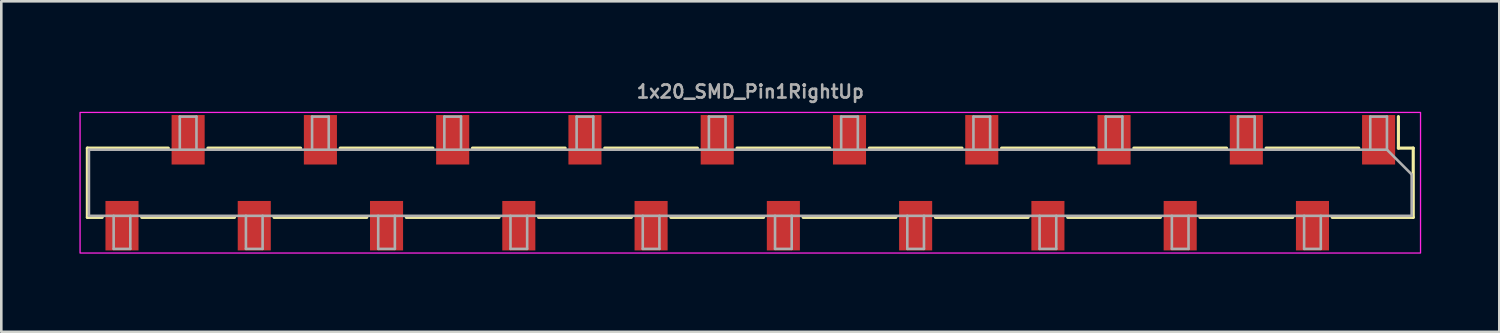
<source format=kicad_pcb>
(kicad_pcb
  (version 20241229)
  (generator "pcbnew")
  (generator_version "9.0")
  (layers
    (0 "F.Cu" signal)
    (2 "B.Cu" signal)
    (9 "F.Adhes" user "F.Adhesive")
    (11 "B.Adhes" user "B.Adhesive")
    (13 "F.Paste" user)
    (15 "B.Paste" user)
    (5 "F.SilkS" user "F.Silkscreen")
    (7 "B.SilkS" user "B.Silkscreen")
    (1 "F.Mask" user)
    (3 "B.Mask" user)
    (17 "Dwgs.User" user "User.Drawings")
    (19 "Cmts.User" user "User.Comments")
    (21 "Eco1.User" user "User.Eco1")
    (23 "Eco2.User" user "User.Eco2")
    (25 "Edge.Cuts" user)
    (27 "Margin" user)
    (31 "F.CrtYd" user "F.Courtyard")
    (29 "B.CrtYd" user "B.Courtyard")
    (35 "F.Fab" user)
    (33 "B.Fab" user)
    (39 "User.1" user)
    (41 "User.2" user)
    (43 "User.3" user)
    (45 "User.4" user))
  (footprint "1x20_SMD_Pin1RightUp"
    (layer "F.Cu")
    (at 25.765 3.968)
    (property "Reference" "1x20_SMD_Pin1RightUp" (at 0 -3.5 0) (layer "F.Fab") (effects (font (size 0.5 0.5) (thickness 0.1))))
    (attr smd)
    (fp_line (start -25.46 1.33) (end -25.46 -1.33) (stroke (width 0.12) (type solid)) (layer "F.SilkS"))
    (fp_line (start -24.89 1.33) (end -25.46 1.33) (stroke (width 0.12) (type solid)) (layer "F.SilkS"))
    (fp_line (start -22.35 -1.33) (end -25.46 -1.33) (stroke (width 0.12) (type solid)) (layer "F.SilkS"))
    (fp_line (start -19.81 1.33) (end -23.37 1.33) (stroke (width 0.12) (type solid)) (layer "F.SilkS"))
    (fp_line (start -17.27 -1.33) (end -20.83 -1.33) (stroke (width 0.12) (type solid)) (layer "F.SilkS"))
    (fp_line (start -14.73 1.33) (end -18.29 1.33) (stroke (width 0.12) (type solid)) (layer "F.SilkS"))
    (fp_line (start -12.19 -1.33) (end -15.75 -1.33) (stroke (width 0.12) (type solid)) (layer "F.SilkS"))
    (fp_line (start -9.65 1.33) (end -13.21 1.33) (stroke (width 0.12) (type solid)) (layer "F.SilkS"))
    (fp_line (start -7.11 -1.33) (end -10.67 -1.33) (stroke (width 0.12) (type solid)) (layer "F.SilkS"))
    (fp_line (start -4.57 1.33) (end -8.13 1.33) (stroke (width 0.12) (type solid)) (layer "F.SilkS"))
    (fp_line (start -2.03 -1.33) (end -5.59 -1.33) (stroke (width 0.12) (type solid)) (layer "F.SilkS"))
    (fp_line (start 0.51 1.33) (end -3.05 1.33) (stroke (width 0.12) (type solid)) (layer "F.SilkS"))
    (fp_line (start 3.05 -1.33) (end -0.51 -1.33) (stroke (width 0.12) (type solid)) (layer "F.SilkS"))
    (fp_line (start 5.59 1.33) (end 2.03 1.33) (stroke (width 0.12) (type solid)) (layer "F.SilkS"))
    (fp_line (start 8.13 -1.33) (end 4.57 -1.33) (stroke (width 0.12) (type solid)) (layer "F.SilkS"))
    (fp_line (start 10.67 1.33) (end 7.11 1.33) (stroke (width 0.12) (type solid)) (layer "F.SilkS"))
    (fp_line (start 13.21 -1.33) (end 9.65 -1.33) (stroke (width 0.12) (type solid)) (layer "F.SilkS"))
    (fp_line (start 15.75 1.33) (end 12.19 1.33) (stroke (width 0.12) (type solid)) (layer "F.SilkS"))
    (fp_line (start 18.29 -1.33) (end 14.73 -1.33) (stroke (width 0.12) (type solid)) (layer "F.SilkS"))
    (fp_line (start 20.83 1.33) (end 17.27 1.33) (stroke (width 0.12) (type solid)) (layer "F.SilkS"))
    (fp_line (start 23.37 -1.33) (end 19.81 -1.33) (stroke (width 0.12) (type solid)) (layer "F.SilkS"))
    (fp_line (start 24.89 -1.33) (end 24.89 -2.54) (stroke (width 0.12) (type solid)) (layer "F.SilkS"))
    (fp_line (start 25.46 -1.33) (end 24.89 -1.33) (stroke (width 0.12) (type solid)) (layer "F.SilkS"))
    (fp_line (start 25.46 1.33) (end 22.35 1.33) (stroke (width 0.12) (type solid)) (layer "F.SilkS"))
    (fp_line (start 25.46 1.33) (end 25.46 -1.33) (stroke (width 0.12) (type solid)) (layer "F.SilkS"))
    (fp_rect (start -25.74 -2.7) (end 25.74 2.7) (stroke (width 0.05) (type default)) (fill no) (layer "F.CrtYd"))
    (fp_line (start -25.4 -1.27) (end -25.4 1.27) (stroke (width 0.1) (type solid)) (layer "F.Fab"))
    (fp_line (start -25.4 -1.27) (end 24.45 -1.27) (stroke (width 0.1) (type solid)) (layer "F.Fab"))
    (fp_line (start -24.45 2.54) (end -24.45 1.27) (stroke (width 0.1) (type solid)) (layer "F.Fab"))
    (fp_line (start -23.81 1.27) (end -23.81 2.54) (stroke (width 0.1) (type solid)) (layer "F.Fab"))
    (fp_line (start -23.81 2.54) (end -24.45 2.54) (stroke (width 0.1) (type solid)) (layer "F.Fab"))
    (fp_line (start -21.91 -2.54) (end -21.91 -1.27) (stroke (width 0.1) (type solid)) (layer "F.Fab"))
    (fp_line (start -21.27 -2.54) (end -21.91 -2.54) (stroke (width 0.1) (type solid)) (layer "F.Fab"))
    (fp_line (start -21.27 -1.27) (end -21.27 -2.54) (stroke (width 0.1) (type solid)) (layer "F.Fab"))
    (fp_line (start -19.37 2.54) (end -19.37 1.27) (stroke (width 0.1) (type solid)) (layer "F.Fab"))
    (fp_line (start -18.73 1.27) (end -18.73 2.54) (stroke (width 0.1) (type solid)) (layer "F.Fab"))
    (fp_line (start -18.73 2.54) (end -19.37 2.54) (stroke (width 0.1) (type solid)) (layer "F.Fab"))
    (fp_line (start -16.83 -2.54) (end -16.83 -1.27) (stroke (width 0.1) (type solid)) (layer "F.Fab"))
    (fp_line (start -16.19 -2.54) (end -16.83 -2.54) (stroke (width 0.1) (type solid)) (layer "F.Fab"))
    (fp_line (start -16.19 -1.27) (end -16.19 -2.54) (stroke (width 0.1) (type solid)) (layer "F.Fab"))
    (fp_line (start -14.29 2.54) (end -14.29 1.27) (stroke (width 0.1) (type solid)) (layer "F.Fab"))
    (fp_line (start -13.65 1.27) (end -13.65 2.54) (stroke (width 0.1) (type solid)) (layer "F.Fab"))
    (fp_line (start -13.65 2.54) (end -14.29 2.54) (stroke (width 0.1) (type solid)) (layer "F.Fab"))
    (fp_line (start -11.75 -2.54) (end -11.75 -1.27) (stroke (width 0.1) (type solid)) (layer "F.Fab"))
    (fp_line (start -11.11 -2.54) (end -11.75 -2.54) (stroke (width 0.1) (type solid)) (layer "F.Fab"))
    (fp_line (start -11.11 -1.27) (end -11.11 -2.54) (stroke (width 0.1) (type solid)) (layer "F.Fab"))
    (fp_line (start -9.21 2.54) (end -9.21 1.27) (stroke (width 0.1) (type solid)) (layer "F.Fab"))
    (fp_line (start -8.57 1.27) (end -8.57 2.54) (stroke (width 0.1) (type solid)) (layer "F.Fab"))
    (fp_line (start -8.57 2.54) (end -9.21 2.54) (stroke (width 0.1) (type solid)) (layer "F.Fab"))
    (fp_line (start -6.67 -2.54) (end -6.67 -1.27) (stroke (width 0.1) (type solid)) (layer "F.Fab"))
    (fp_line (start -6.03 -2.54) (end -6.67 -2.54) (stroke (width 0.1) (type solid)) (layer "F.Fab"))
    (fp_line (start -6.03 -1.27) (end -6.03 -2.54) (stroke (width 0.1) (type solid)) (layer "F.Fab"))
    (fp_line (start -4.13 2.54) (end -4.13 1.27) (stroke (width 0.1) (type solid)) (layer "F.Fab"))
    (fp_line (start -3.49 1.27) (end -3.49 2.54) (stroke (width 0.1) (type solid)) (layer "F.Fab"))
    (fp_line (start -3.49 2.54) (end -4.13 2.54) (stroke (width 0.1) (type solid)) (layer "F.Fab"))
    (fp_line (start -1.59 -2.54) (end -1.59 -1.27) (stroke (width 0.1) (type solid)) (layer "F.Fab"))
    (fp_line (start -0.95 -2.54) (end -1.59 -2.54) (stroke (width 0.1) (type solid)) (layer "F.Fab"))
    (fp_line (start -0.95 -1.27) (end -0.95 -2.54) (stroke (width 0.1) (type solid)) (layer "F.Fab"))
    (fp_line (start 0.95 2.54) (end 0.95 1.27) (stroke (width 0.1) (type solid)) (layer "F.Fab"))
    (fp_line (start 1.59 1.27) (end 1.59 2.54) (stroke (width 0.1) (type solid)) (layer "F.Fab"))
    (fp_line (start 1.59 2.54) (end 0.95 2.54) (stroke (width 0.1) (type solid)) (layer "F.Fab"))
    (fp_line (start 3.49 -2.54) (end 3.49 -1.27) (stroke (width 0.1) (type solid)) (layer "F.Fab"))
    (fp_line (start 4.13 -2.54) (end 3.49 -2.54) (stroke (width 0.1) (type solid)) (layer "F.Fab"))
    (fp_line (start 4.13 -1.27) (end 4.13 -2.54) (stroke (width 0.1) (type solid)) (layer "F.Fab"))
    (fp_line (start 6.03 2.54) (end 6.03 1.27) (stroke (width 0.1) (type solid)) (layer "F.Fab"))
    (fp_line (start 6.67 1.27) (end 6.67 2.54) (stroke (width 0.1) (type solid)) (layer "F.Fab"))
    (fp_line (start 6.67 2.54) (end 6.03 2.54) (stroke (width 0.1) (type solid)) (layer "F.Fab"))
    (fp_line (start 8.57 -2.54) (end 8.57 -1.27) (stroke (width 0.1) (type solid)) (layer "F.Fab"))
    (fp_line (start 9.21 -2.54) (end 8.57 -2.54) (stroke (width 0.1) (type solid)) (layer "F.Fab"))
    (fp_line (start 9.21 -1.27) (end 9.21 -2.54) (stroke (width 0.1) (type solid)) (layer "F.Fab"))
    (fp_line (start 11.11 2.54) (end 11.11 1.27) (stroke (width 0.1) (type solid)) (layer "F.Fab"))
    (fp_line (start 11.75 1.27) (end 11.75 2.54) (stroke (width 0.1) (type solid)) (layer "F.Fab"))
    (fp_line (start 11.75 2.54) (end 11.11 2.54) (stroke (width 0.1) (type solid)) (layer "F.Fab"))
    (fp_line (start 13.65 -2.54) (end 13.65 -1.27) (stroke (width 0.1) (type solid)) (layer "F.Fab"))
    (fp_line (start 14.29 -2.54) (end 13.65 -2.54) (stroke (width 0.1) (type solid)) (layer "F.Fab"))
    (fp_line (start 14.29 -1.27) (end 14.29 -2.54) (stroke (width 0.1) (type solid)) (layer "F.Fab"))
    (fp_line (start 16.19 2.54) (end 16.19 1.27) (stroke (width 0.1) (type solid)) (layer "F.Fab"))
    (fp_line (start 16.83 1.27) (end 16.83 2.54) (stroke (width 0.1) (type solid)) (layer "F.Fab"))
    (fp_line (start 16.83 2.54) (end 16.19 2.54) (stroke (width 0.1) (type solid)) (layer "F.Fab"))
    (fp_line (start 18.73 -2.54) (end 18.73 -1.27) (stroke (width 0.1) (type solid)) (layer "F.Fab"))
    (fp_line (start 19.37 -2.54) (end 18.73 -2.54) (stroke (width 0.1) (type solid)) (layer "F.Fab"))
    (fp_line (start 19.37 -1.27) (end 19.37 -2.54) (stroke (width 0.1) (type solid)) (layer "F.Fab"))
    (fp_line (start 21.27 2.54) (end 21.27 1.27) (stroke (width 0.1) (type solid)) (layer "F.Fab"))
    (fp_line (start 21.91 1.27) (end 21.91 2.54) (stroke (width 0.1) (type solid)) (layer "F.Fab"))
    (fp_line (start 21.91 2.54) (end 21.27 2.54) (stroke (width 0.1) (type solid)) (layer "F.Fab"))
    (fp_line (start 23.81 -2.54) (end 23.81 -1.27) (stroke (width 0.1) (type solid)) (layer "F.Fab"))
    (fp_line (start 24.45 -2.54) (end 23.81 -2.54) (stroke (width 0.1) (type solid)) (layer "F.Fab"))
    (fp_line (start 24.45 -1.27) (end 24.45 -2.54) (stroke (width 0.1) (type solid)) (layer "F.Fab"))
    (fp_line (start 24.45 -1.27) (end 25.4 -0.32) (stroke (width 0.1) (type solid)) (layer "F.Fab"))
    (fp_line (start 25.4 1.27) (end -25.4 1.27) (stroke (width 0.1) (type solid)) (layer "F.Fab"))
    (fp_line (start 25.4 1.27) (end 25.4 -0.32) (stroke (width 0.1) (type solid)) (layer "F.Fab"))
    (pad "1" smd rect (at 24.13 -1.65 270) (size 1.9 1.27) (layers "F.Cu" "F.Mask" "F.Paste"))
    (pad "2" smd rect (at 21.59 1.65 270) (size 1.9 1.27) (layers "F.Cu" "F.Mask" "F.Paste"))
    (pad "3" smd rect (at 19.05 -1.65 270) (size 1.9 1.27) (layers "F.Cu" "F.Mask" "F.Paste"))
    (pad "4" smd rect (at 16.51 1.65 270) (size 1.9 1.27) (layers "F.Cu" "F.Mask" "F.Paste"))
    (pad "5" smd rect (at 13.97 -1.65 270) (size 1.9 1.27) (layers "F.Cu" "F.Mask" "F.Paste"))
    (pad "6" smd rect (at 11.43 1.65 270) (size 1.9 1.27) (layers "F.Cu" "F.Mask" "F.Paste"))
    (pad "7" smd rect (at 8.89 -1.65 270) (size 1.9 1.27) (layers "F.Cu" "F.Mask" "F.Paste"))
    (pad "8" smd rect (at 6.35 1.65 270) (size 1.9 1.27) (layers "F.Cu" "F.Mask" "F.Paste"))
    (pad "9" smd rect (at 3.81 -1.65 270) (size 1.9 1.27) (layers "F.Cu" "F.Mask" "F.Paste"))
    (pad "10" smd rect (at 1.27 1.65 270) (size 1.9 1.27) (layers "F.Cu" "F.Mask" "F.Paste"))
    (pad "11" smd rect (at -1.27 -1.65 270) (size 1.9 1.27) (layers "F.Cu" "F.Mask" "F.Paste"))
    (pad "12" smd rect (at -3.81 1.65 270) (size 1.9 1.27) (layers "F.Cu" "F.Mask" "F.Paste"))
    (pad "13" smd rect (at -6.35 -1.65 270) (size 1.9 1.27) (layers "F.Cu" "F.Mask" "F.Paste"))
    (pad "14" smd rect (at -8.89 1.65 270) (size 1.9 1.27) (layers "F.Cu" "F.Mask" "F.Paste"))
    (pad "15" smd rect (at -11.43 -1.65 270) (size 1.9 1.27) (layers "F.Cu" "F.Mask" "F.Paste"))
    (pad "16" smd rect (at -13.97 1.65 270) (size 1.9 1.27) (layers "F.Cu" "F.Mask" "F.Paste"))
    (pad "17" smd rect (at -16.51 -1.65 270) (size 1.9 1.27) (layers "F.Cu" "F.Mask" "F.Paste"))
    (pad "18" smd rect (at -19.05 1.65 270) (size 1.9 1.27) (layers "F.Cu" "F.Mask" "F.Paste"))
    (pad "19" smd rect (at -21.59 -1.65 270) (size 1.9 1.27) (layers "F.Cu" "F.Mask" "F.Paste"))
    (pad "20" smd rect (at -24.13 1.65 270) (size 1.9 1.27) (layers "F.Cu" "F.Mask" "F.Paste")))
  (gr_rect
    (start -3 -3)
    (end 54.53 9.693)
    (stroke (width 0.1) (type default))
    (fill no)
    (layer "Edge.Cuts")))
</source>
